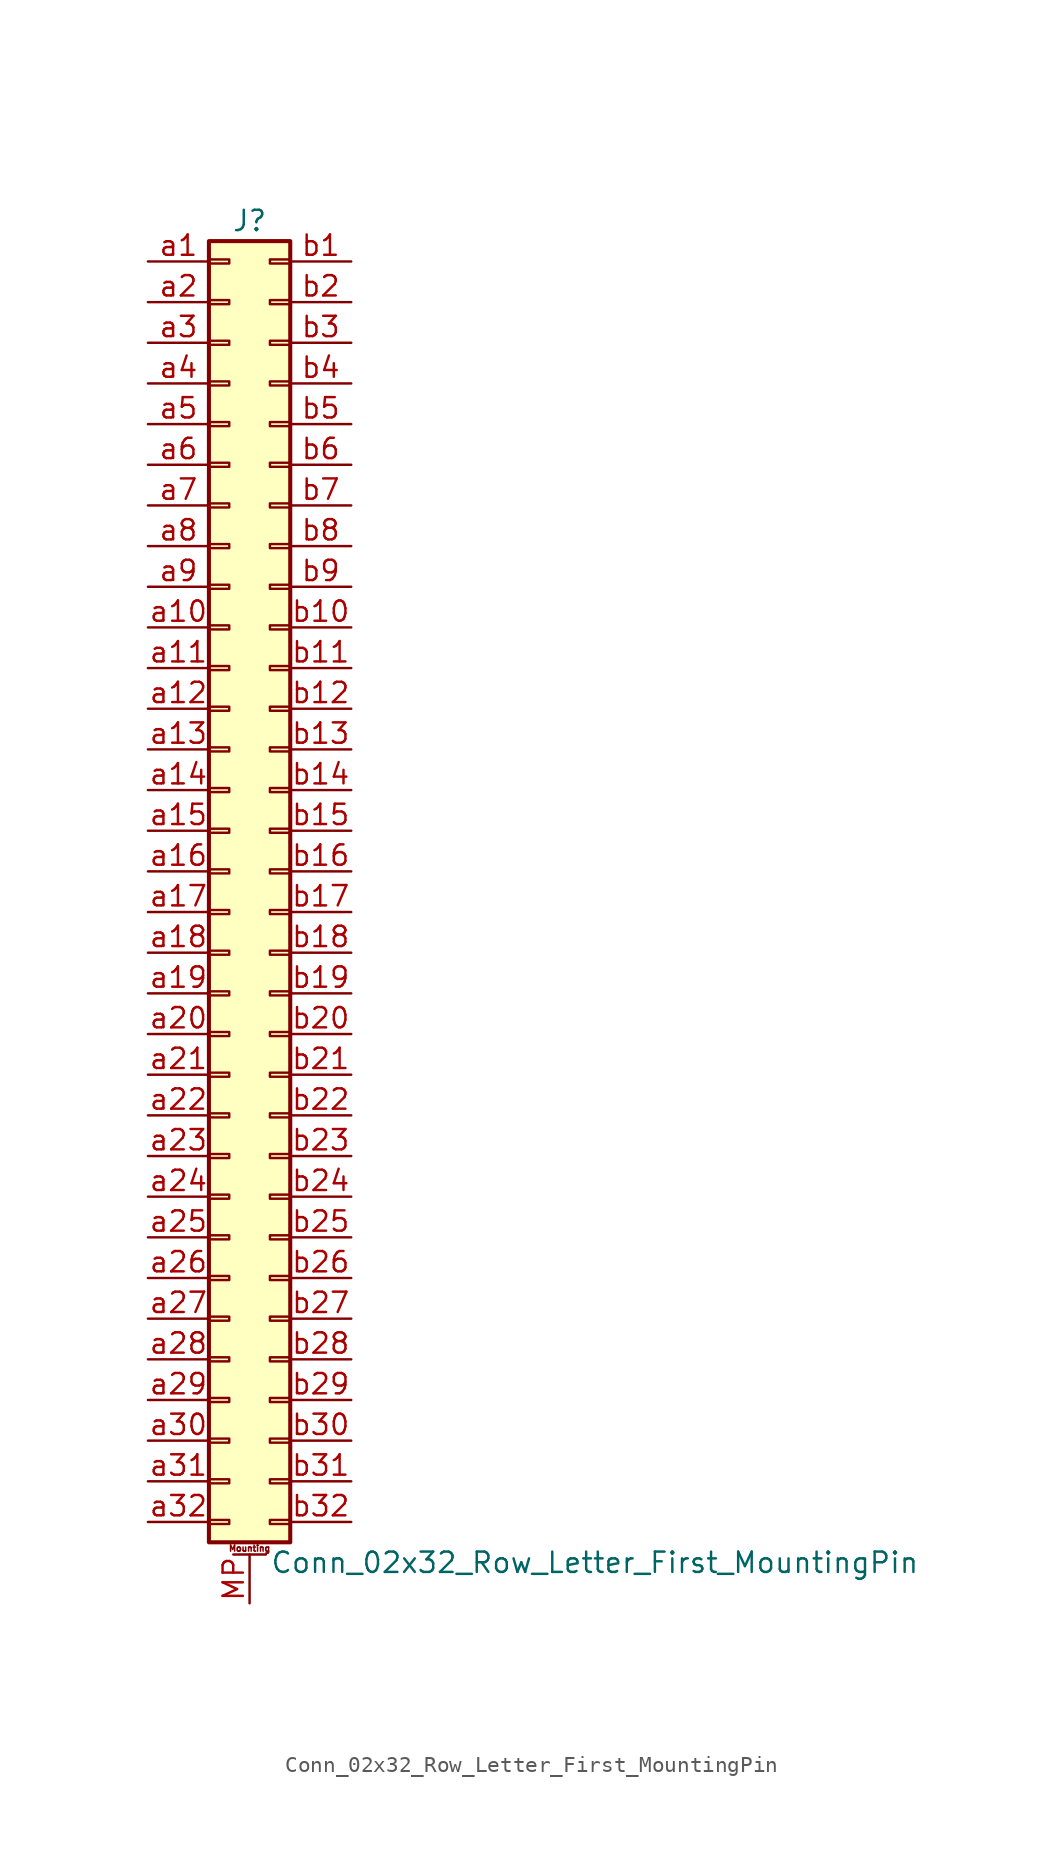
<source format=kicad_sym>
(kicad_symbol_lib
  (version 20201005)
  (generator kicad_symbol_editor)
  (symbol "Conn_02x32_Row_Letter_First_MountingPin"
    (pin_names
      (offset 1.016) hide)
    (property "Reference" "J"
      (at 1.27 40.64 0)
      (effects (font (size 1.27 1.27))))
    (property "Value" "Conn_02x32_Row_Letter_First_MountingPin"
      (at 2.54 -43.18 0)
      (effects (font (size 1.27 1.27)) (justify left)))
    (symbol "Conn_02x32_Row_Letter_First_MountingPin_1_1"
      (text "Mounting" (at 1.27 -42.291 0) (effects (font (size 0.381 0.381))))
      (rectangle (start -1.27 -40.513) (end 0 -40.767) (stroke (width 0.152)) (fill (type none)))
      (rectangle (start -1.27 -37.973) (end 0 -38.227) (stroke (width 0.152)) (fill (type none)))
      (rectangle (start -1.27 -35.433) (end 0 -35.687) (stroke (width 0.152)) (fill (type none)))
      (rectangle (start -1.27 -32.893) (end 0 -33.147) (stroke (width 0.152)) (fill (type none)))
      (rectangle (start -1.27 -30.353) (end 0 -30.607) (stroke (width 0.152)) (fill (type none)))
      (rectangle (start -1.27 -27.813) (end 0 -28.067) (stroke (width 0.152)) (fill (type none)))
      (rectangle (start -1.27 -25.273) (end 0 -25.527) (stroke (width 0.152)) (fill (type none)))
      (rectangle (start -1.27 -22.733) (end 0 -22.987) (stroke (width 0.152)) (fill (type none)))
      (rectangle (start -1.27 -20.193) (end 0 -20.447) (stroke (width 0.152)) (fill (type none)))
      (rectangle (start -1.27 -17.653) (end 0 -17.907) (stroke (width 0.152)) (fill (type none)))
      (rectangle (start -1.27 -15.113) (end 0 -15.367) (stroke (width 0.152)) (fill (type none)))
      (rectangle (start -1.27 -12.573) (end 0 -12.827) (stroke (width 0.152)) (fill (type none)))
      (rectangle (start -1.27 -10.033) (end 0 -10.287) (stroke (width 0.152)) (fill (type none)))
      (rectangle (start -1.27 -7.493) (end 0 -7.747) (stroke (width 0.152)) (fill (type none)))
      (rectangle (start -1.27 -4.953) (end 0 -5.207) (stroke (width 0.152)) (fill (type none)))
      (rectangle (start -1.27 -2.413) (end 0 -2.667) (stroke (width 0.152)) (fill (type none)))
      (rectangle (start -1.27 0.127) (end 0 -0.127) (stroke (width 0.152)) (fill (type none)))
      (rectangle (start -1.27 2.667) (end 0 2.413) (stroke (width 0.152)) (fill (type none)))
      (rectangle (start -1.27 5.207) (end 0 4.953) (stroke (width 0.152)) (fill (type none)))
      (rectangle (start -1.27 7.747) (end 0 7.493) (stroke (width 0.152)) (fill (type none)))
      (rectangle (start -1.27 10.287) (end 0 10.033) (stroke (width 0.152)) (fill (type none)))
      (rectangle (start -1.27 12.827) (end 0 12.573) (stroke (width 0.152)) (fill (type none)))
      (rectangle (start -1.27 15.367) (end 0 15.113) (stroke (width 0.152)) (fill (type none)))
      (rectangle (start -1.27 17.907) (end 0 17.653) (stroke (width 0.152)) (fill (type none)))
      (rectangle (start -1.27 20.447) (end 0 20.193) (stroke (width 0.152)) (fill (type none)))
      (rectangle (start -1.27 22.987) (end 0 22.733) (stroke (width 0.152)) (fill (type none)))
      (rectangle (start -1.27 25.527) (end 0 25.273) (stroke (width 0.152)) (fill (type none)))
      (rectangle (start -1.27 28.067) (end 0 27.813) (stroke (width 0.152)) (fill (type none)))
      (rectangle (start -1.27 30.607) (end 0 30.353) (stroke (width 0.152)) (fill (type none)))
      (rectangle (start -1.27 33.147) (end 0 32.893) (stroke (width 0.152)) (fill (type none)))
      (rectangle (start -1.27 35.687) (end 0 35.433) (stroke (width 0.152)) (fill (type none)))
      (rectangle (start -1.27 38.227) (end 0 37.973) (stroke (width 0.152)) (fill (type none)))
      (rectangle (start 3.81 -40.513) (end 2.54 -40.767) (stroke (width 0.152)) (fill (type none)))
      (rectangle (start 3.81 -37.973) (end 2.54 -38.227) (stroke (width 0.152)) (fill (type none)))
      (rectangle (start 3.81 -35.433) (end 2.54 -35.687) (stroke (width 0.152)) (fill (type none)))
      (rectangle (start 3.81 -32.893) (end 2.54 -33.147) (stroke (width 0.152)) (fill (type none)))
      (rectangle (start 3.81 -30.353) (end 2.54 -30.607) (stroke (width 0.152)) (fill (type none)))
      (rectangle (start 3.81 -27.813) (end 2.54 -28.067) (stroke (width 0.152)) (fill (type none)))
      (rectangle (start 3.81 -25.273) (end 2.54 -25.527) (stroke (width 0.152)) (fill (type none)))
      (rectangle (start 3.81 -22.733) (end 2.54 -22.987) (stroke (width 0.152)) (fill (type none)))
      (rectangle (start 3.81 -20.193) (end 2.54 -20.447) (stroke (width 0.152)) (fill (type none)))
      (rectangle (start 3.81 -17.653) (end 2.54 -17.907) (stroke (width 0.152)) (fill (type none)))
      (rectangle (start 3.81 -15.113) (end 2.54 -15.367) (stroke (width 0.152)) (fill (type none)))
      (rectangle (start 3.81 -12.573) (end 2.54 -12.827) (stroke (width 0.152)) (fill (type none)))
      (rectangle (start 3.81 -10.033) (end 2.54 -10.287) (stroke (width 0.152)) (fill (type none)))
      (rectangle (start 3.81 -7.493) (end 2.54 -7.747) (stroke (width 0.152)) (fill (type none)))
      (rectangle (start 3.81 -4.953) (end 2.54 -5.207) (stroke (width 0.152)) (fill (type none)))
      (rectangle (start 3.81 -2.413) (end 2.54 -2.667) (stroke (width 0.152)) (fill (type none)))
      (rectangle (start 3.81 0.127) (end 2.54 -0.127) (stroke (width 0.152)) (fill (type none)))
      (rectangle (start 3.81 2.667) (end 2.54 2.413) (stroke (width 0.152)) (fill (type none)))
      (rectangle (start 3.81 5.207) (end 2.54 4.953) (stroke (width 0.152)) (fill (type none)))
      (rectangle (start 3.81 7.747) (end 2.54 7.493) (stroke (width 0.152)) (fill (type none)))
      (rectangle (start 3.81 10.287) (end 2.54 10.033) (stroke (width 0.152)) (fill (type none)))
      (rectangle (start 3.81 12.827) (end 2.54 12.573) (stroke (width 0.152)) (fill (type none)))
      (rectangle (start 3.81 15.367) (end 2.54 15.113) (stroke (width 0.152)) (fill (type none)))
      (rectangle (start 3.81 17.907) (end 2.54 17.653) (stroke (width 0.152)) (fill (type none)))
      (rectangle (start 3.81 20.447) (end 2.54 20.193) (stroke (width 0.152)) (fill (type none)))
      (rectangle (start 3.81 22.987) (end 2.54 22.733) (stroke (width 0.152)) (fill (type none)))
      (rectangle (start 3.81 25.527) (end 2.54 25.273) (stroke (width 0.152)) (fill (type none)))
      (rectangle (start 3.81 28.067) (end 2.54 27.813) (stroke (width 0.152)) (fill (type none)))
      (rectangle (start 3.81 30.607) (end 2.54 30.353) (stroke (width 0.152)) (fill (type none)))
      (rectangle (start 3.81 33.147) (end 2.54 32.893) (stroke (width 0.152)) (fill (type none)))
      (rectangle (start 3.81 35.687) (end 2.54 35.433) (stroke (width 0.152)) (fill (type none)))
      (rectangle (start 3.81 38.227) (end 2.54 37.973) (stroke (width 0.152)) (fill (type none)))
      (rectangle (start -1.27 39.37) (end 3.81 -41.91) (stroke (width 0.254)) (fill (type background)))
      (polyline (pts (xy 0.254 -42.672) (xy 2.286 -42.672)) (stroke (width 0.152)) (fill (type none)))
      (pin passive line (at 1.27 -45.72 90) (length 3.048) (name "MountPin" (effects (font (size 1.27 1.27)))) (number "MP" (effects (font (size 1.27 1.27)))))
      (pin passive line (at -5.08 38.1 0) (length 3.81) (name "Pin_a1" (effects (font (size 1.27 1.27)))) (number "a1" (effects (font (size 1.27 1.27)))))
      (pin passive line (at -5.08 15.24 0) (length 3.81) (name "Pin_a10" (effects (font (size 1.27 1.27)))) (number "a10" (effects (font (size 1.27 1.27)))))
      (pin passive line (at -5.08 12.7 0) (length 3.81) (name "Pin_a11" (effects (font (size 1.27 1.27)))) (number "a11" (effects (font (size 1.27 1.27)))))
      (pin passive line (at -5.08 10.16 0) (length 3.81) (name "Pin_a12" (effects (font (size 1.27 1.27)))) (number "a12" (effects (font (size 1.27 1.27)))))
      (pin passive line (at -5.08 7.62 0) (length 3.81) (name "Pin_a13" (effects (font (size 1.27 1.27)))) (number "a13" (effects (font (size 1.27 1.27)))))
      (pin passive line (at -5.08 5.08 0) (length 3.81) (name "Pin_a14" (effects (font (size 1.27 1.27)))) (number "a14" (effects (font (size 1.27 1.27)))))
      (pin passive line (at -5.08 2.54 0) (length 3.81) (name "Pin_a15" (effects (font (size 1.27 1.27)))) (number "a15" (effects (font (size 1.27 1.27)))))
      (pin passive line (at -5.08 0 0) (length 3.81) (name "Pin_a16" (effects (font (size 1.27 1.27)))) (number "a16" (effects (font (size 1.27 1.27)))))
      (pin passive line (at -5.08 -2.54 0) (length 3.81) (name "Pin_a17" (effects (font (size 1.27 1.27)))) (number "a17" (effects (font (size 1.27 1.27)))))
      (pin passive line (at -5.08 -5.08 0) (length 3.81) (name "Pin_a18" (effects (font (size 1.27 1.27)))) (number "a18" (effects (font (size 1.27 1.27)))))
      (pin passive line (at -5.08 -7.62 0) (length 3.81) (name "Pin_a19" (effects (font (size 1.27 1.27)))) (number "a19" (effects (font (size 1.27 1.27)))))
      (pin passive line (at -5.08 35.56 0) (length 3.81) (name "Pin_a2" (effects (font (size 1.27 1.27)))) (number "a2" (effects (font (size 1.27 1.27)))))
      (pin passive line (at -5.08 -10.16 0) (length 3.81) (name "Pin_a20" (effects (font (size 1.27 1.27)))) (number "a20" (effects (font (size 1.27 1.27)))))
      (pin passive line (at -5.08 -12.7 0) (length 3.81) (name "Pin_a21" (effects (font (size 1.27 1.27)))) (number "a21" (effects (font (size 1.27 1.27)))))
      (pin passive line (at -5.08 -15.24 0) (length 3.81) (name "Pin_a22" (effects (font (size 1.27 1.27)))) (number "a22" (effects (font (size 1.27 1.27)))))
      (pin passive line (at -5.08 -17.78 0) (length 3.81) (name "Pin_a23" (effects (font (size 1.27 1.27)))) (number "a23" (effects (font (size 1.27 1.27)))))
      (pin passive line (at -5.08 -20.32 0) (length 3.81) (name "Pin_a24" (effects (font (size 1.27 1.27)))) (number "a24" (effects (font (size 1.27 1.27)))))
      (pin passive line (at -5.08 -22.86 0) (length 3.81) (name "Pin_a25" (effects (font (size 1.27 1.27)))) (number "a25" (effects (font (size 1.27 1.27)))))
      (pin passive line (at -5.08 -25.4 0) (length 3.81) (name "Pin_a26" (effects (font (size 1.27 1.27)))) (number "a26" (effects (font (size 1.27 1.27)))))
      (pin passive line (at -5.08 -27.94 0) (length 3.81) (name "Pin_a27" (effects (font (size 1.27 1.27)))) (number "a27" (effects (font (size 1.27 1.27)))))
      (pin passive line (at -5.08 -30.48 0) (length 3.81) (name "Pin_a28" (effects (font (size 1.27 1.27)))) (number "a28" (effects (font (size 1.27 1.27)))))
      (pin passive line (at -5.08 -33.02 0) (length 3.81) (name "Pin_a29" (effects (font (size 1.27 1.27)))) (number "a29" (effects (font (size 1.27 1.27)))))
      (pin passive line (at -5.08 33.02 0) (length 3.81) (name "Pin_a3" (effects (font (size 1.27 1.27)))) (number "a3" (effects (font (size 1.27 1.27)))))
      (pin passive line (at -5.08 -35.56 0) (length 3.81) (name "Pin_a30" (effects (font (size 1.27 1.27)))) (number "a30" (effects (font (size 1.27 1.27)))))
      (pin passive line (at -5.08 -38.1 0) (length 3.81) (name "Pin_a31" (effects (font (size 1.27 1.27)))) (number "a31" (effects (font (size 1.27 1.27)))))
      (pin passive line (at -5.08 -40.64 0) (length 3.81) (name "Pin_a32" (effects (font (size 1.27 1.27)))) (number "a32" (effects (font (size 1.27 1.27)))))
      (pin passive line (at -5.08 30.48 0) (length 3.81) (name "Pin_a4" (effects (font (size 1.27 1.27)))) (number "a4" (effects (font (size 1.27 1.27)))))
      (pin passive line (at -5.08 27.94 0) (length 3.81) (name "Pin_a5" (effects (font (size 1.27 1.27)))) (number "a5" (effects (font (size 1.27 1.27)))))
      (pin passive line (at -5.08 25.4 0) (length 3.81) (name "Pin_a6" (effects (font (size 1.27 1.27)))) (number "a6" (effects (font (size 1.27 1.27)))))
      (pin passive line (at -5.08 22.86 0) (length 3.81) (name "Pin_a7" (effects (font (size 1.27 1.27)))) (number "a7" (effects (font (size 1.27 1.27)))))
      (pin passive line (at -5.08 20.32 0) (length 3.81) (name "Pin_a8" (effects (font (size 1.27 1.27)))) (number "a8" (effects (font (size 1.27 1.27)))))
      (pin passive line (at -5.08 17.78 0) (length 3.81) (name "Pin_a9" (effects (font (size 1.27 1.27)))) (number "a9" (effects (font (size 1.27 1.27)))))
      (pin passive line (at 7.62 38.1 180) (length 3.81) (name "Pin_b1" (effects (font (size 1.27 1.27)))) (number "b1" (effects (font (size 1.27 1.27)))))
      (pin passive line (at 7.62 15.24 180) (length 3.81) (name "Pin_b10" (effects (font (size 1.27 1.27)))) (number "b10" (effects (font (size 1.27 1.27)))))
      (pin passive line (at 7.62 12.7 180) (length 3.81) (name "Pin_b11" (effects (font (size 1.27 1.27)))) (number "b11" (effects (font (size 1.27 1.27)))))
      (pin passive line (at 7.62 10.16 180) (length 3.81) (name "Pin_b12" (effects (font (size 1.27 1.27)))) (number "b12" (effects (font (size 1.27 1.27)))))
      (pin passive line (at 7.62 7.62 180) (length 3.81) (name "Pin_b13" (effects (font (size 1.27 1.27)))) (number "b13" (effects (font (size 1.27 1.27)))))
      (pin passive line (at 7.62 5.08 180) (length 3.81) (name "Pin_b14" (effects (font (size 1.27 1.27)))) (number "b14" (effects (font (size 1.27 1.27)))))
      (pin passive line (at 7.62 2.54 180) (length 3.81) (name "Pin_b15" (effects (font (size 1.27 1.27)))) (number "b15" (effects (font (size 1.27 1.27)))))
      (pin passive line (at 7.62 0 180) (length 3.81) (name "Pin_b16" (effects (font (size 1.27 1.27)))) (number "b16" (effects (font (size 1.27 1.27)))))
      (pin passive line (at 7.62 -2.54 180) (length 3.81) (name "Pin_b17" (effects (font (size 1.27 1.27)))) (number "b17" (effects (font (size 1.27 1.27)))))
      (pin passive line (at 7.62 -5.08 180) (length 3.81) (name "Pin_b18" (effects (font (size 1.27 1.27)))) (number "b18" (effects (font (size 1.27 1.27)))))
      (pin passive line (at 7.62 -7.62 180) (length 3.81) (name "Pin_b19" (effects (font (size 1.27 1.27)))) (number "b19" (effects (font (size 1.27 1.27)))))
      (pin passive line (at 7.62 35.56 180) (length 3.81) (name "Pin_b2" (effects (font (size 1.27 1.27)))) (number "b2" (effects (font (size 1.27 1.27)))))
      (pin passive line (at 7.62 -10.16 180) (length 3.81) (name "Pin_b20" (effects (font (size 1.27 1.27)))) (number "b20" (effects (font (size 1.27 1.27)))))
      (pin passive line (at 7.62 -12.7 180) (length 3.81) (name "Pin_b21" (effects (font (size 1.27 1.27)))) (number "b21" (effects (font (size 1.27 1.27)))))
      (pin passive line (at 7.62 -15.24 180) (length 3.81) (name "Pin_b22" (effects (font (size 1.27 1.27)))) (number "b22" (effects (font (size 1.27 1.27)))))
      (pin passive line (at 7.62 -17.78 180) (length 3.81) (name "Pin_b23" (effects (font (size 1.27 1.27)))) (number "b23" (effects (font (size 1.27 1.27)))))
      (pin passive line (at 7.62 -20.32 180) (length 3.81) (name "Pin_b24" (effects (font (size 1.27 1.27)))) (number "b24" (effects (font (size 1.27 1.27)))))
      (pin passive line (at 7.62 -22.86 180) (length 3.81) (name "Pin_b25" (effects (font (size 1.27 1.27)))) (number "b25" (effects (font (size 1.27 1.27)))))
      (pin passive line (at 7.62 -25.4 180) (length 3.81) (name "Pin_b26" (effects (font (size 1.27 1.27)))) (number "b26" (effects (font (size 1.27 1.27)))))
      (pin passive line (at 7.62 -27.94 180) (length 3.81) (name "Pin_b27" (effects (font (size 1.27 1.27)))) (number "b27" (effects (font (size 1.27 1.27)))))
      (pin passive line (at 7.62 -30.48 180) (length 3.81) (name "Pin_b28" (effects (font (size 1.27 1.27)))) (number "b28" (effects (font (size 1.27 1.27)))))
      (pin passive line (at 7.62 -33.02 180) (length 3.81) (name "Pin_b29" (effects (font (size 1.27 1.27)))) (number "b29" (effects (font (size 1.27 1.27)))))
      (pin passive line (at 7.62 33.02 180) (length 3.81) (name "Pin_b3" (effects (font (size 1.27 1.27)))) (number "b3" (effects (font (size 1.27 1.27)))))
      (pin passive line (at 7.62 -35.56 180) (length 3.81) (name "Pin_b30" (effects (font (size 1.27 1.27)))) (number "b30" (effects (font (size 1.27 1.27)))))
      (pin passive line (at 7.62 -38.1 180) (length 3.81) (name "Pin_b31" (effects (font (size 1.27 1.27)))) (number "b31" (effects (font (size 1.27 1.27)))))
      (pin passive line (at 7.62 -40.64 180) (length 3.81) (name "Pin_b32" (effects (font (size 1.27 1.27)))) (number "b32" (effects (font (size 1.27 1.27)))))
      (pin passive line (at 7.62 30.48 180) (length 3.81) (name "Pin_b4" (effects (font (size 1.27 1.27)))) (number "b4" (effects (font (size 1.27 1.27)))))
      (pin passive line (at 7.62 27.94 180) (length 3.81) (name "Pin_b5" (effects (font (size 1.27 1.27)))) (number "b5" (effects (font (size 1.27 1.27)))))
      (pin passive line (at 7.62 25.4 180) (length 3.81) (name "Pin_b6" (effects (font (size 1.27 1.27)))) (number "b6" (effects (font (size 1.27 1.27)))))
      (pin passive line (at 7.62 22.86 180) (length 3.81) (name "Pin_b7" (effects (font (size 1.27 1.27)))) (number "b7" (effects (font (size 1.27 1.27)))))
      (pin passive line (at 7.62 20.32 180) (length 3.81) (name "Pin_b8" (effects (font (size 1.27 1.27)))) (number "b8" (effects (font (size 1.27 1.27)))))
      (pin passive line (at 7.62 17.78 180) (length 3.81) (name "Pin_b9" (effects (font (size 1.27 1.27)))) (number "b9" (effects (font (size 1.27 1.27))))))))
</source>
